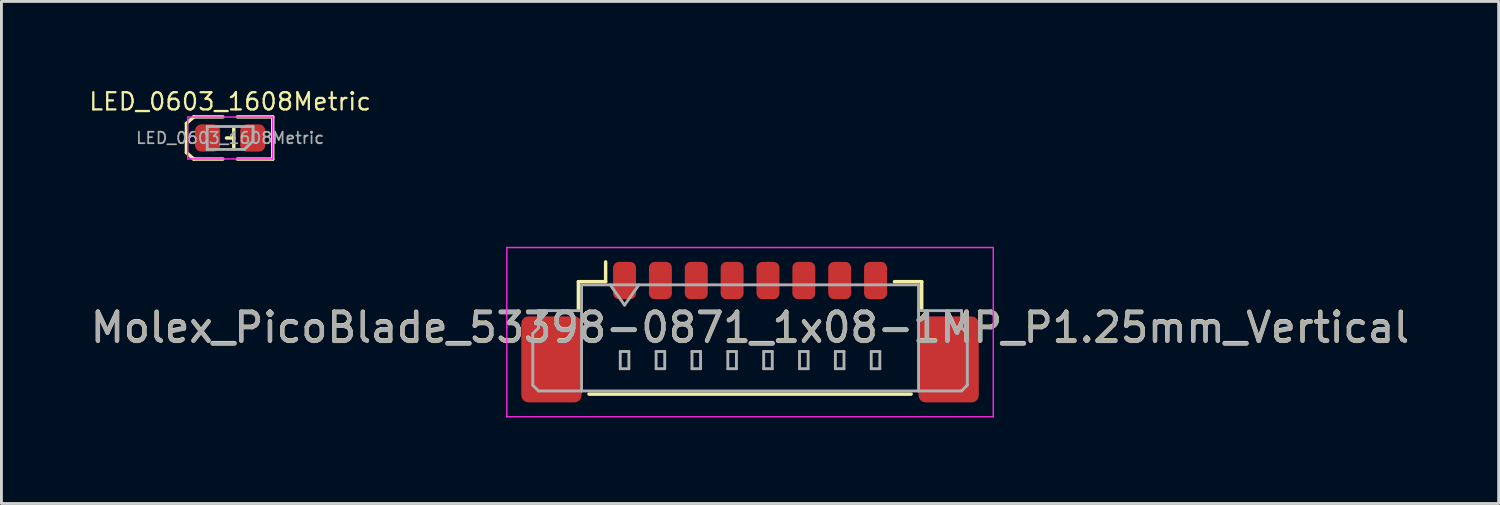
<source format=kicad_pcb>
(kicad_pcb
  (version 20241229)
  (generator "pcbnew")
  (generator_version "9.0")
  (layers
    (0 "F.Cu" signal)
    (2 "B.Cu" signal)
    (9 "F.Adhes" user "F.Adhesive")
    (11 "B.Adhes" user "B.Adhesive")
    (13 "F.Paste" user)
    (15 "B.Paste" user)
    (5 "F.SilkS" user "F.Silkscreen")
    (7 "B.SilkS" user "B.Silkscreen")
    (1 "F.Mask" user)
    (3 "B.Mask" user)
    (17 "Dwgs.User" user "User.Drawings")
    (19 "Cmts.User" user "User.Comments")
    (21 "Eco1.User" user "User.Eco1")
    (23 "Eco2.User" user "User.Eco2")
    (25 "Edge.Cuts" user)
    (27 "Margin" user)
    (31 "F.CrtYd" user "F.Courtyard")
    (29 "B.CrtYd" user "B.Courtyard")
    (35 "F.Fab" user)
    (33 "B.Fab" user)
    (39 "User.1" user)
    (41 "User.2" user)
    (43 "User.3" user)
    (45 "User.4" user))
  (footprint "Molex_PicoBlade_53398-0871_1x08-1MP_P1.25mm_Vertical"
    (layer "F.Cu")
    (at 23.101 7.981)
    (property "Reference" "Molex_PicoBlade_53398-0871_1x08-1MP_P1.25mm_Vertical" (at 0 0.381 0) (layer "F.SilkS") (effects (font (size 1 1) (thickness 0.15))))
    (attr smd)
    (fp_line (start -5.985 -1.21) (end -5.035 -1.21) (stroke (width 0.12) (type solid)) (layer "F.SilkS"))
    (fp_line (start -5.985 -0.26) (end -5.985 -1.21) (stroke (width 0.12) (type solid)) (layer "F.SilkS"))
    (fp_line (start -5.615 2.71) (end 5.615 2.71) (stroke (width 0.12) (type solid)) (layer "F.SilkS"))
    (fp_line (start -5.035 -1.21) (end -5.035 -1.9) (stroke (width 0.12) (type solid)) (layer "F.SilkS"))
    (fp_line (start 5.985 -1.21) (end 5.035 -1.21) (stroke (width 0.12) (type solid)) (layer "F.SilkS"))
    (fp_line (start 5.985 -0.26) (end 5.985 -1.21) (stroke (width 0.12) (type solid)) (layer "F.SilkS"))
    (fp_line (start -8.48 -2.4) (end -8.48 3.5) (stroke (width 0.05) (type solid)) (layer "F.CrtYd"))
    (fp_line (start -8.48 3.5) (end 8.48 3.5) (stroke (width 0.05) (type solid)) (layer "F.CrtYd"))
    (fp_line (start 8.48 -2.4) (end -8.48 -2.4) (stroke (width 0.05) (type solid)) (layer "F.CrtYd"))
    (fp_line (start 8.48 3.5) (end 8.48 -2.4) (stroke (width 0.05) (type solid)) (layer "F.CrtYd"))
    (fp_line (start -7.575 0.6) (end -7.375 0.4) (stroke (width 0.1) (type solid)) (layer "F.Fab"))
    (fp_line (start -7.575 2.4) (end -7.575 0.6) (stroke (width 0.1) (type solid)) (layer "F.Fab"))
    (fp_line (start -7.375 -0.2) (end -5.875 -0.2) (stroke (width 0.1) (type solid)) (layer "F.Fab"))
    (fp_line (start -7.375 0.4) (end -7.375 -0.2) (stroke (width 0.1) (type solid)) (layer "F.Fab"))
    (fp_line (start -7.375 2.6) (end -7.575 2.4) (stroke (width 0.1) (type solid)) (layer "F.Fab"))
    (fp_line (start -5.875 -1.1) (end -5.875 2.6) (stroke (width 0.1) (type solid)) (layer "F.Fab"))
    (fp_line (start -5.875 -1.1) (end 5.875 -1.1) (stroke (width 0.1) (type solid)) (layer "F.Fab"))
    (fp_line (start -5.875 2.6) (end -7.375 2.6) (stroke (width 0.1) (type solid)) (layer "F.Fab"))
    (fp_line (start -5.875 2.6) (end 5.875 2.6) (stroke (width 0.1) (type solid)) (layer "F.Fab"))
    (fp_line (start -4.875 -1.1) (end -4.375 -0.393) (stroke (width 0.1) (type solid)) (layer "F.Fab"))
    (fp_line (start -4.525 1.225) (end -4.525 1.825) (stroke (width 0.1) (type solid)) (layer "F.Fab"))
    (fp_line (start -4.525 1.825) (end -4.225 1.825) (stroke (width 0.1) (type solid)) (layer "F.Fab"))
    (fp_line (start -4.375 -0.393) (end -3.875 -1.1) (stroke (width 0.1) (type solid)) (layer "F.Fab"))
    (fp_line (start -4.225 1.225) (end -4.525 1.225) (stroke (width 0.1) (type solid)) (layer "F.Fab"))
    (fp_line (start -4.225 1.825) (end -4.225 1.225) (stroke (width 0.1) (type solid)) (layer "F.Fab"))
    (fp_line (start -3.275 1.225) (end -3.275 1.825) (stroke (width 0.1) (type solid)) (layer "F.Fab"))
    (fp_line (start -3.275 1.825) (end -2.975 1.825) (stroke (width 0.1) (type solid)) (layer "F.Fab"))
    (fp_line (start -2.975 1.225) (end -3.275 1.225) (stroke (width 0.1) (type solid)) (layer "F.Fab"))
    (fp_line (start -2.975 1.825) (end -2.975 1.225) (stroke (width 0.1) (type solid)) (layer "F.Fab"))
    (fp_line (start -2.025 1.225) (end -2.025 1.825) (stroke (width 0.1) (type solid)) (layer "F.Fab"))
    (fp_line (start -2.025 1.825) (end -1.725 1.825) (stroke (width 0.1) (type solid)) (layer "F.Fab"))
    (fp_line (start -1.725 1.225) (end -2.025 1.225) (stroke (width 0.1) (type solid)) (layer "F.Fab"))
    (fp_line (start -1.725 1.825) (end -1.725 1.225) (stroke (width 0.1) (type solid)) (layer "F.Fab"))
    (fp_line (start -0.775 1.225) (end -0.775 1.825) (stroke (width 0.1) (type solid)) (layer "F.Fab"))
    (fp_line (start -0.775 1.825) (end -0.475 1.825) (stroke (width 0.1) (type solid)) (layer "F.Fab"))
    (fp_line (start -0.475 1.225) (end -0.775 1.225) (stroke (width 0.1) (type solid)) (layer "F.Fab"))
    (fp_line (start -0.475 1.825) (end -0.475 1.225) (stroke (width 0.1) (type solid)) (layer "F.Fab"))
    (fp_line (start 0.475 1.225) (end 0.475 1.825) (stroke (width 0.1) (type solid)) (layer "F.Fab"))
    (fp_line (start 0.475 1.825) (end 0.775 1.825) (stroke (width 0.1) (type solid)) (layer "F.Fab"))
    (fp_line (start 0.775 1.225) (end 0.475 1.225) (stroke (width 0.1) (type solid)) (layer "F.Fab"))
    (fp_line (start 0.775 1.825) (end 0.775 1.225) (stroke (width 0.1) (type solid)) (layer "F.Fab"))
    (fp_line (start 1.725 1.225) (end 1.725 1.825) (stroke (width 0.1) (type solid)) (layer "F.Fab"))
    (fp_line (start 1.725 1.825) (end 2.025 1.825) (stroke (width 0.1) (type solid)) (layer "F.Fab"))
    (fp_line (start 2.025 1.225) (end 1.725 1.225) (stroke (width 0.1) (type solid)) (layer "F.Fab"))
    (fp_line (start 2.025 1.825) (end 2.025 1.225) (stroke (width 0.1) (type solid)) (layer "F.Fab"))
    (fp_line (start 2.975 1.225) (end 2.975 1.825) (stroke (width 0.1) (type solid)) (layer "F.Fab"))
    (fp_line (start 2.975 1.825) (end 3.275 1.825) (stroke (width 0.1) (type solid)) (layer "F.Fab"))
    (fp_line (start 3.275 1.225) (end 2.975 1.225) (stroke (width 0.1) (type solid)) (layer "F.Fab"))
    (fp_line (start 3.275 1.825) (end 3.275 1.225) (stroke (width 0.1) (type solid)) (layer "F.Fab"))
    (fp_line (start 4.225 1.225) (end 4.225 1.825) (stroke (width 0.1) (type solid)) (layer "F.Fab"))
    (fp_line (start 4.225 1.825) (end 4.525 1.825) (stroke (width 0.1) (type solid)) (layer "F.Fab"))
    (fp_line (start 4.525 1.225) (end 4.225 1.225) (stroke (width 0.1) (type solid)) (layer "F.Fab"))
    (fp_line (start 4.525 1.825) (end 4.525 1.225) (stroke (width 0.1) (type solid)) (layer "F.Fab"))
    (fp_line (start 5.875 -1.1) (end 5.875 2.6) (stroke (width 0.1) (type solid)) (layer "F.Fab"))
    (fp_line (start 5.875 2.6) (end 7.375 2.6) (stroke (width 0.1) (type solid)) (layer "F.Fab"))
    (fp_line (start 7.375 -0.2) (end 5.875 -0.2) (stroke (width 0.1) (type solid)) (layer "F.Fab"))
    (fp_line (start 7.375 0.4) (end 7.375 -0.2) (stroke (width 0.1) (type solid)) (layer "F.Fab"))
    (fp_line (start 7.375 2.6) (end 7.575 2.4) (stroke (width 0.1) (type solid)) (layer "F.Fab"))
    (fp_line (start 7.575 0.6) (end 7.375 0.4) (stroke (width 0.1) (type solid)) (layer "F.Fab"))
    (fp_line (start 7.575 2.4) (end 7.575 0.6) (stroke (width 0.1) (type solid)) (layer "F.Fab"))
    (fp_text user "${REFERENCE}" (at 0 0.4 0) (layer "F.Fab") (effects (font (size 1 1) (thickness 0.15))))
    (pad "1" smd roundrect (at -4.375 -1.25) (size 0.8 1.3) (layers "F.Cu" "F.Mask" "F.Paste") (roundrect_rratio 0.25))
    (pad "2" smd roundrect (at -3.125 -1.25) (size 0.8 1.3) (layers "F.Cu" "F.Mask" "F.Paste") (roundrect_rratio 0.25))
    (pad "3" smd roundrect (at -1.875 -1.25) (size 0.8 1.3) (layers "F.Cu" "F.Mask" "F.Paste") (roundrect_rratio 0.25))
    (pad "4" smd roundrect (at -0.625 -1.25) (size 0.8 1.3) (layers "F.Cu" "F.Mask" "F.Paste") (roundrect_rratio 0.25))
    (pad "5" smd roundrect (at 0.625 -1.25) (size 0.8 1.3) (layers "F.Cu" "F.Mask" "F.Paste") (roundrect_rratio 0.25))
    (pad "6" smd roundrect (at 1.875 -1.25) (size 0.8 1.3) (layers "F.Cu" "F.Mask" "F.Paste") (roundrect_rratio 0.25))
    (pad "7" smd roundrect (at 3.125 -1.25) (size 0.8 1.3) (layers "F.Cu" "F.Mask" "F.Paste") (roundrect_rratio 0.25))
    (pad "8" smd roundrect (at 4.375 -1.25) (size 0.8 1.3) (layers "F.Cu" "F.Mask" "F.Paste") (roundrect_rratio 0.25))
    (pad "MP" smd roundrect (at -6.925 1.5) (size 2.1 3) (layers "F.Cu" "F.Mask" "F.Paste") (roundrect_rratio 0.119))
    (pad "MP" smd roundrect (at 6.925 1.5) (size 2.1 3) (layers "F.Cu" "F.Mask" "F.Paste") (roundrect_rratio 0.119)))
  (footprint "LED_0603_1608Metric"
    (layer "F.Cu")
    (at 4.974 1.761)
    (property "Reference" "LED_0603_1608Metric" (at 0 -1.27 180) (layer "F.SilkS") (effects (font (size 0.6 0.6) (thickness 0.08))))
    (attr smd)
    (fp_line (start -1.524 -0.508) (end -1.27 -0.735) (stroke (width 0.12) (type solid)) (layer "F.SilkS"))
    (fp_line (start -1.524 0.508) (end -1.524 -0.508) (stroke (width 0.12) (type solid)) (layer "F.SilkS"))
    (fp_line (start -1.27 0.735) (end -1.524 0.508) (stroke (width 0.12) (type solid)) (layer "F.SilkS"))
    (fp_line (start -1.27 0.735) (end -0.254 0.735) (stroke (width 0.12) (type solid)) (layer "F.SilkS"))
    (fp_line (start -0.254 -0.735) (end -1.27 -0.735) (stroke (width 0.12) (type solid)) (layer "F.SilkS"))
    (fp_line (start 0.127 -0.381) (end 0.127 0.381) (stroke (width 0.12) (type solid)) (layer "F.SilkS"))
    (fp_line (start 0.127 0) (end -0.127 0) (stroke (width 0.12) (type solid)) (layer "F.SilkS"))
    (fp_line (start 0.254 0.735) (end 1.485 0.735) (stroke (width 0.12) (type solid)) (layer "F.SilkS"))
    (fp_line (start 1.485 -0.735) (end 0.254 -0.735) (stroke (width 0.12) (type solid)) (layer "F.SilkS"))
    (fp_line (start 1.485 0.735) (end 1.485 -0.735) (stroke (width 0.12) (type solid)) (layer "F.SilkS"))
    (fp_line (start -1.48 -0.73) (end 1.48 -0.73) (stroke (width 0.05) (type solid)) (layer "F.CrtYd"))
    (fp_line (start -1.48 0.73) (end -1.48 -0.73) (stroke (width 0.05) (type solid)) (layer "F.CrtYd"))
    (fp_line (start 1.48 -0.73) (end 1.48 0.73) (stroke (width 0.05) (type solid)) (layer "F.CrtYd"))
    (fp_line (start 1.48 0.73) (end -1.48 0.73) (stroke (width 0.05) (type solid)) (layer "F.CrtYd"))
    (fp_line (start -0.8 -0.4) (end -0.8 0.4) (stroke (width 0.1) (type solid)) (layer "F.Fab"))
    (fp_line (start -0.8 0.4) (end 0.5 0.4) (stroke (width 0.1) (type solid)) (layer "F.Fab"))
    (fp_line (start 0.5 0.4) (end 0.8 0.1) (stroke (width 0.1) (type solid)) (layer "F.Fab"))
    (fp_line (start 0.8 -0.4) (end -0.8 -0.4) (stroke (width 0.1) (type solid)) (layer "F.Fab"))
    (fp_line (start 0.8 0.1) (end 0.8 -0.4) (stroke (width 0.1) (type solid)) (layer "F.Fab"))
    (fp_text user "${REFERENCE}" (at 0 0 180) (layer "F.Fab") (effects (font (size 0.4 0.4) (thickness 0.06))))
    (pad "1" smd roundrect (at -0.787 0 180) (size 0.875 0.95) (layers "F.Cu" "F.Mask" "F.Paste") (roundrect_rratio 0.25))
    (pad "2" smd roundrect (at 0.787 0 180) (size 0.875 0.95) (layers "F.Cu" "F.Mask" "F.Paste") (roundrect_rratio 0.25)))
  (gr_rect
    (start -3 -3)
    (end 49.202 14.506)
    (stroke (width 0.1) (type default))
    (fill no)
    (layer "Edge.Cuts")))
</source>
